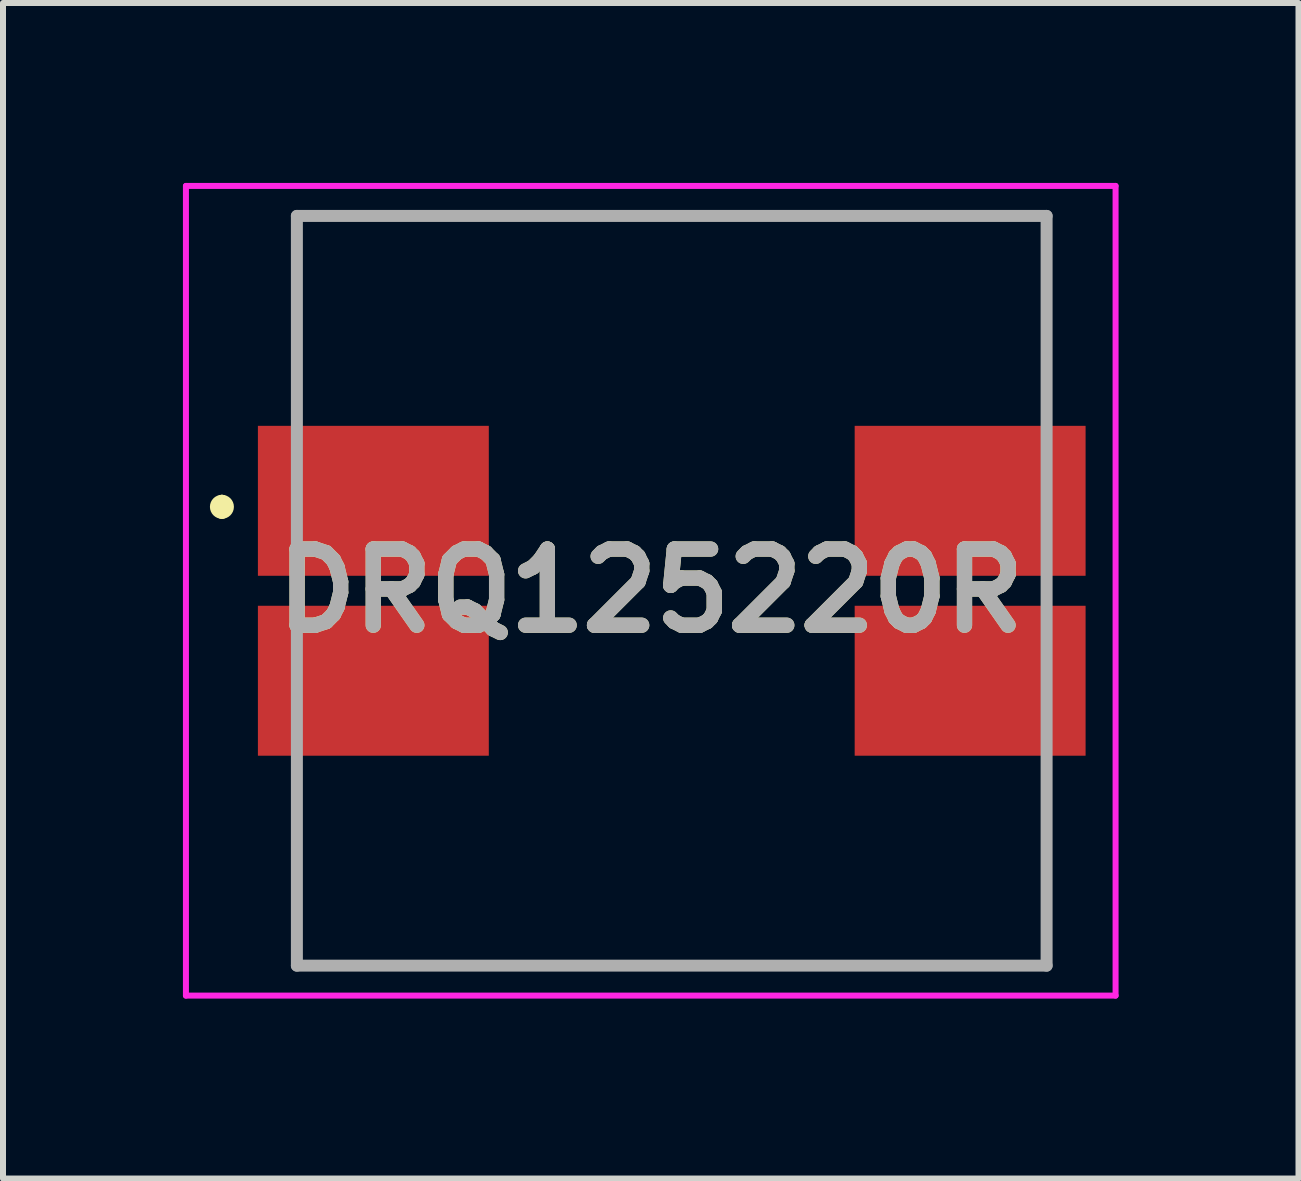
<source format=kicad_pcb>
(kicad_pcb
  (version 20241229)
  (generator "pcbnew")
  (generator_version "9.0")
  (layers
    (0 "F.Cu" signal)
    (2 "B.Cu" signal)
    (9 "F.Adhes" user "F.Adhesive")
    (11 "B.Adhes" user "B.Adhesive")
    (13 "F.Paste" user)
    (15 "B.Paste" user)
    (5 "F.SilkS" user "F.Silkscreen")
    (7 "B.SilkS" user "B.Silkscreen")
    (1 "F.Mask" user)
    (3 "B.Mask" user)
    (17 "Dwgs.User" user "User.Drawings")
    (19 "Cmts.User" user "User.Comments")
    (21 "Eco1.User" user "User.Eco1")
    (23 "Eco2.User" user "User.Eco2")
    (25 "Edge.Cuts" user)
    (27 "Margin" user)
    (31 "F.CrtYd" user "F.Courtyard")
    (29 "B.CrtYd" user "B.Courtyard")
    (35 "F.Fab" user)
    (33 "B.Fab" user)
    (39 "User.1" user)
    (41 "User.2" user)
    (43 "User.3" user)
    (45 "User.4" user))
  (footprint "DRQ125220R"
    (layer "F.Cu")
    (at 8.15 6.8)
    (property "Reference" "DRQ125220R" (at -0.35 0 0) (layer "F.SilkS") (effects (font (size 1.27 1.27) (thickness 0.254))))
    (attr smd)
    (fp_line (start -7.5 -1.5) (end -7.5 -1.5) (stroke (width 0.2) (type solid)) (layer "F.SilkS"))
    (fp_line (start -7.5 -1.3) (end -7.5 -1.3) (stroke (width 0.2) (type solid)) (layer "F.SilkS"))
    (fp_line (start -6.25 -6.25) (end 6.25 -6.25) (stroke (width 0.1) (type solid)) (layer "F.SilkS"))
    (fp_line (start -6.25 -3.5) (end -6.25 -6.25) (stroke (width 0.1) (type solid)) (layer "F.SilkS"))
    (fp_line (start -6.25 3.5) (end -6.25 6.25) (stroke (width 0.1) (type solid)) (layer "F.SilkS"))
    (fp_line (start -6.25 6.25) (end 6.25 6.25) (stroke (width 0.1) (type solid)) (layer "F.SilkS"))
    (fp_line (start 6.25 -6.25) (end 6.25 -3.5) (stroke (width 0.1) (type solid)) (layer "F.SilkS"))
    (fp_line (start 6.25 6.25) (end 6.25 3.5) (stroke (width 0.1) (type solid)) (layer "F.SilkS"))
    (fp_arc (start -7.5 -1.5) (mid -7.4 -1.4) (end -7.5 -1.3) (stroke (width 0.2) (type solid)) (layer "F.SilkS"))
    (fp_arc (start -7.5 -1.3) (mid -7.6 -1.4) (end -7.5 -1.5) (stroke (width 0.2) (type solid)) (layer "F.SilkS"))
    (fp_line (start -8.1 -6.75) (end 7.4 -6.75) (stroke (width 0.1) (type solid)) (layer "F.CrtYd"))
    (fp_line (start -8.1 6.75) (end -8.1 -6.75) (stroke (width 0.1) (type solid)) (layer "F.CrtYd"))
    (fp_line (start 7.4 -6.75) (end 7.4 6.75) (stroke (width 0.1) (type solid)) (layer "F.CrtYd"))
    (fp_line (start 7.4 6.75) (end -8.1 6.75) (stroke (width 0.1) (type solid)) (layer "F.CrtYd"))
    (fp_line (start -6.25 -6.25) (end 6.25 -6.25) (stroke (width 0.2) (type solid)) (layer "F.Fab"))
    (fp_line (start -6.25 6.25) (end -6.25 -6.25) (stroke (width 0.2) (type solid)) (layer "F.Fab"))
    (fp_line (start 6.25 -6.25) (end 6.25 6.25) (stroke (width 0.2) (type solid)) (layer "F.Fab"))
    (fp_line (start 6.25 6.25) (end -6.25 6.25) (stroke (width 0.2) (type solid)) (layer "F.Fab"))
    (fp_text user "${REFERENCE}" (at -0.35 0 0) (layer "F.Fab") (effects (font (size 1.27 1.27) (thickness 0.254))))
    (pad "1" smd rect (at -4.975 -1.5 90) (size 2.5 3.85) (layers "F.Cu" "F.Mask" "F.Paste"))
    (pad "2" smd rect (at -4.975 1.5 90) (size 2.5 3.85) (layers "F.Cu" "F.Mask" "F.Paste"))
    (pad "3" smd rect (at 4.975 1.5 90) (size 2.5 3.85) (layers "F.Cu" "F.Mask" "F.Paste"))
    (pad "4" smd rect (at 4.975 -1.5 90) (size 2.5 3.85) (layers "F.Cu" "F.Mask" "F.Paste")))
  (gr_rect
    (start -3 -3)
    (end 18.6 16.6)
    (stroke (width 0.1) (type default))
    (fill no)
    (layer "Edge.Cuts")))
</source>
